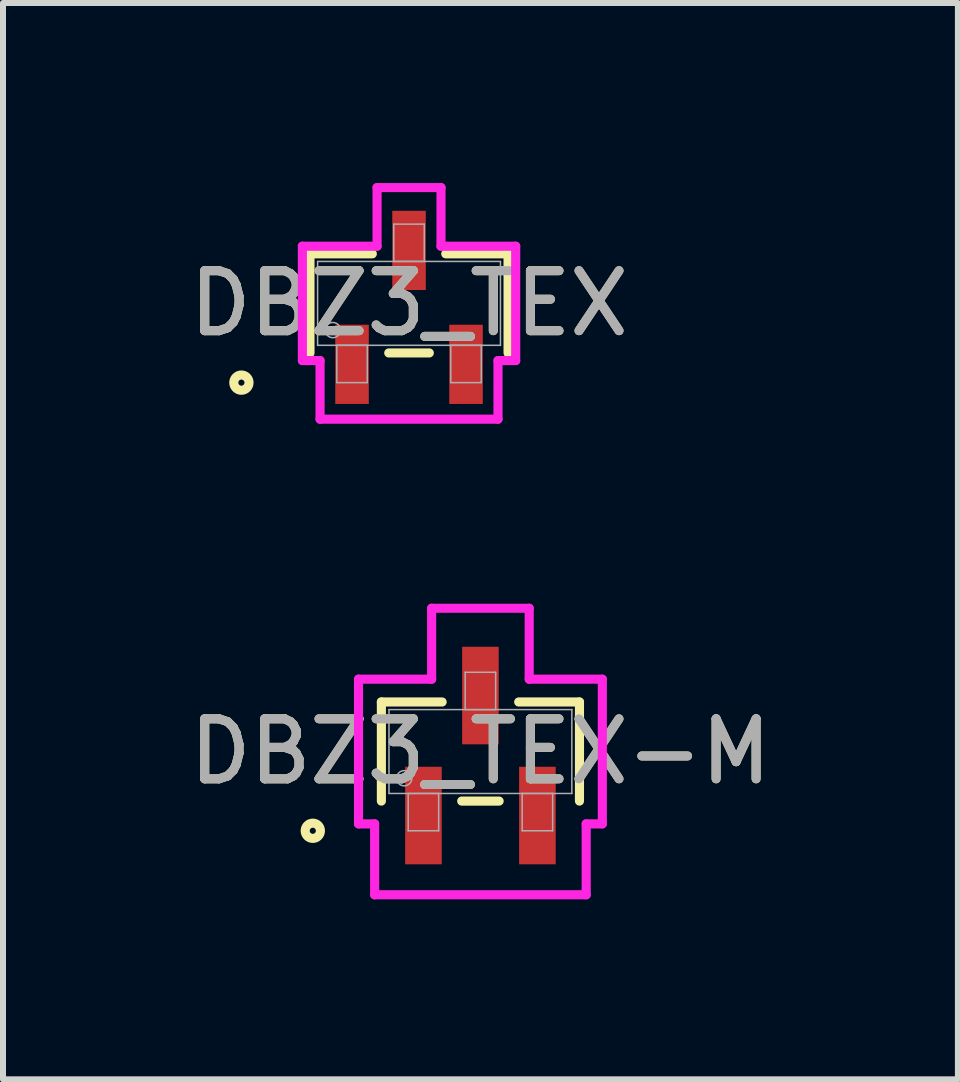
<source format=kicad_pcb>
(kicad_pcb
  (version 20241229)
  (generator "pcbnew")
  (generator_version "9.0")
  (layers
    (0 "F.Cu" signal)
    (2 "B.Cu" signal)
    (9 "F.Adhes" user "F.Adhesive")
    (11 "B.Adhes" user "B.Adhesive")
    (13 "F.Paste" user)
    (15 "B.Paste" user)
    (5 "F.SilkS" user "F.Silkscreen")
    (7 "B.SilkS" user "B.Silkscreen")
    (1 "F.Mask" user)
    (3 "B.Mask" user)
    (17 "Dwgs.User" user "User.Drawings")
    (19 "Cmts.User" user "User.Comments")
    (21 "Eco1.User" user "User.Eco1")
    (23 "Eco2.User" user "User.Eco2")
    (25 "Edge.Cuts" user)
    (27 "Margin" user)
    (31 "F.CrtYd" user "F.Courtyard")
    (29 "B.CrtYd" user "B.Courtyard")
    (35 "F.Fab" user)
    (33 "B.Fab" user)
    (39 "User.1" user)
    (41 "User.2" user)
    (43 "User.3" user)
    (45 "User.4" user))
  (footprint "DBZ3_TEX-M"
    (layer "F.Cu")
    (at 4.958 9.477)
    (property "Reference" "DBZ3_TEX-M" (at 0 0 0) (unlocked yes) (layer "F.SilkS") (effects (font (size 1 1) (thickness 0.15))))
    (attr smd)
    (fp_line (start -1.651 -0.826) (end -1.651 0.826) (stroke (width 0.152) (type solid)) (layer "F.SilkS"))
    (fp_line (start -0.638 -0.826) (end -1.651 -0.826) (stroke (width 0.152) (type solid)) (layer "F.SilkS"))
    (fp_line (start -0.312 0.826) (end 0.312 0.826) (stroke (width 0.152) (type solid)) (layer "F.SilkS"))
    (fp_line (start 1.651 -0.826) (end 0.638 -0.826) (stroke (width 0.152) (type solid)) (layer "F.SilkS"))
    (fp_line (start 1.651 0.826) (end 1.651 -0.826) (stroke (width 0.152) (type solid)) (layer "F.SilkS"))
    (fp_circle (center -2.794 1.321) (end -2.667 1.321) (stroke (width 0.152) (type solid)) (fill no) (layer "F.SilkS"))
    (fp_line (start -2.032 -1.206) (end -0.813 -1.206) (stroke (width 0.152) (type solid)) (layer "F.CrtYd"))
    (fp_line (start -2.032 1.206) (end -2.032 -1.206) (stroke (width 0.152) (type solid)) (layer "F.CrtYd"))
    (fp_line (start -2.032 1.206) (end -1.763 1.206) (stroke (width 0.152) (type solid)) (layer "F.CrtYd"))
    (fp_line (start -1.763 1.206) (end -1.763 2.388) (stroke (width 0.152) (type solid)) (layer "F.CrtYd"))
    (fp_line (start -1.763 2.388) (end 1.763 2.388) (stroke (width 0.152) (type solid)) (layer "F.CrtYd"))
    (fp_line (start -0.813 -2.388) (end 0.813 -2.388) (stroke (width 0.152) (type solid)) (layer "F.CrtYd"))
    (fp_line (start -0.813 -1.206) (end -0.813 -2.388) (stroke (width 0.152) (type solid)) (layer "F.CrtYd"))
    (fp_line (start 0.813 -1.206) (end 0.813 -2.388) (stroke (width 0.152) (type solid)) (layer "F.CrtYd"))
    (fp_line (start 1.763 1.206) (end 1.763 2.388) (stroke (width 0.152) (type solid)) (layer "F.CrtYd"))
    (fp_line (start 2.032 -1.206) (end 0.813 -1.206) (stroke (width 0.152) (type solid)) (layer "F.CrtYd"))
    (fp_line (start 2.032 -1.206) (end 2.032 1.206) (stroke (width 0.152) (type solid)) (layer "F.CrtYd"))
    (fp_line (start 2.032 1.206) (end 1.763 1.206) (stroke (width 0.152) (type solid)) (layer "F.CrtYd"))
    (fp_line (start -1.524 -0.699) (end -1.524 0.699) (stroke (width 0.025) (type solid)) (layer "F.Fab"))
    (fp_line (start -1.524 0.699) (end 1.524 0.699) (stroke (width 0.025) (type solid)) (layer "F.Fab"))
    (fp_line (start -1.204 0.699) (end -1.204 1.321) (stroke (width 0.025) (type solid)) (layer "F.Fab"))
    (fp_line (start -1.204 1.321) (end -0.696 1.321) (stroke (width 0.025) (type solid)) (layer "F.Fab"))
    (fp_line (start -0.696 0.699) (end -1.204 0.699) (stroke (width 0.025) (type solid)) (layer "F.Fab"))
    (fp_line (start -0.696 1.321) (end -0.696 0.699) (stroke (width 0.025) (type solid)) (layer "F.Fab"))
    (fp_line (start -0.254 -1.321) (end -0.254 -0.699) (stroke (width 0.025) (type solid)) (layer "F.Fab"))
    (fp_line (start -0.254 -0.699) (end 0.254 -0.699) (stroke (width 0.025) (type solid)) (layer "F.Fab"))
    (fp_line (start 0.254 -1.321) (end -0.254 -1.321) (stroke (width 0.025) (type solid)) (layer "F.Fab"))
    (fp_line (start 0.254 -0.699) (end 0.254 -1.321) (stroke (width 0.025) (type solid)) (layer "F.Fab"))
    (fp_line (start 0.696 0.699) (end 0.696 1.321) (stroke (width 0.025) (type solid)) (layer "F.Fab"))
    (fp_line (start 0.696 1.321) (end 1.204 1.321) (stroke (width 0.025) (type solid)) (layer "F.Fab"))
    (fp_line (start 1.204 0.699) (end 0.696 0.699) (stroke (width 0.025) (type solid)) (layer "F.Fab"))
    (fp_line (start 1.204 1.321) (end 1.204 0.699) (stroke (width 0.025) (type solid)) (layer "F.Fab"))
    (fp_line (start 1.524 -0.699) (end -1.524 -0.699) (stroke (width 0.025) (type solid)) (layer "F.Fab"))
    (fp_line (start 1.524 0.699) (end 1.524 -0.699) (stroke (width 0.025) (type solid)) (layer "F.Fab"))
    (fp_circle (center -1.27 0.445) (end -1.143 0.445) (stroke (width 0.025) (type solid)) (fill no) (layer "F.Fab"))
    (fp_text user "${REFERENCE}" (at 0 0 0) (unlocked yes) (layer "F.Fab") (effects (font (size 1 1) (thickness 0.15))))
    (pad "1" smd rect (at -0.95 1.067) (size 0.61 1.626) (layers "F.Cu" "F.Mask" "F.Paste"))
    (pad "2" smd rect (at 0.95 1.067) (size 0.61 1.626) (layers "F.Cu" "F.Mask" "F.Paste"))
    (pad "3" smd rect (at 0 -0.933) (size 0.61 1.626) (layers "F.Cu" "F.Mask" "F.Paste")))
  (footprint "DBZ3_TEX"
    (layer "F.Cu")
    (at 3.768 2.007)
    (property "Reference" "DBZ3_TEX" (at 0 0 0) (unlocked yes) (layer "F.SilkS") (effects (font (size 1 1) (thickness 0.15))))
    (attr smd)
    (fp_line (start -1.651 -0.826) (end -1.651 0.826) (stroke (width 0.152) (type solid)) (layer "F.SilkS"))
    (fp_line (start -0.612 -0.826) (end -1.651 -0.826) (stroke (width 0.152) (type solid)) (layer "F.SilkS"))
    (fp_line (start -0.338 0.826) (end 0.338 0.826) (stroke (width 0.152) (type solid)) (layer "F.SilkS"))
    (fp_line (start 1.651 -0.826) (end 0.612 -0.826) (stroke (width 0.152) (type solid)) (layer "F.SilkS"))
    (fp_line (start 1.651 0.826) (end 1.651 -0.826) (stroke (width 0.152) (type solid)) (layer "F.SilkS"))
    (fp_circle (center -2.794 1.321) (end -2.667 1.321) (stroke (width 0.152) (type solid)) (fill no) (layer "F.SilkS"))
    (fp_line (start -1.778 -0.953) (end -0.533 -0.953) (stroke (width 0.152) (type solid)) (layer "F.CrtYd"))
    (fp_line (start -1.778 0.953) (end -1.778 -0.953) (stroke (width 0.152) (type solid)) (layer "F.CrtYd"))
    (fp_line (start -1.778 0.953) (end -1.483 0.953) (stroke (width 0.152) (type solid)) (layer "F.CrtYd"))
    (fp_line (start -1.483 0.953) (end -1.483 1.93) (stroke (width 0.152) (type solid)) (layer "F.CrtYd"))
    (fp_line (start -1.483 1.93) (end 1.483 1.93) (stroke (width 0.152) (type solid)) (layer "F.CrtYd"))
    (fp_line (start -0.533 -1.93) (end 0.533 -1.93) (stroke (width 0.152) (type solid)) (layer "F.CrtYd"))
    (fp_line (start -0.533 -0.953) (end -0.533 -1.93) (stroke (width 0.152) (type solid)) (layer "F.CrtYd"))
    (fp_line (start 0.533 -0.953) (end 0.533 -1.93) (stroke (width 0.152) (type solid)) (layer "F.CrtYd"))
    (fp_line (start 1.483 0.953) (end 1.483 1.93) (stroke (width 0.152) (type solid)) (layer "F.CrtYd"))
    (fp_line (start 1.778 -0.953) (end 0.533 -0.953) (stroke (width 0.152) (type solid)) (layer "F.CrtYd"))
    (fp_line (start 1.778 -0.953) (end 1.778 0.953) (stroke (width 0.152) (type solid)) (layer "F.CrtYd"))
    (fp_line (start 1.778 0.953) (end 1.483 0.953) (stroke (width 0.152) (type solid)) (layer "F.CrtYd"))
    (fp_line (start -1.524 -0.699) (end -1.524 0.699) (stroke (width 0.025) (type solid)) (layer "F.Fab"))
    (fp_line (start -1.524 0.699) (end 1.524 0.699) (stroke (width 0.025) (type solid)) (layer "F.Fab"))
    (fp_line (start -1.204 0.699) (end -1.204 1.321) (stroke (width 0.025) (type solid)) (layer "F.Fab"))
    (fp_line (start -1.204 1.321) (end -0.696 1.321) (stroke (width 0.025) (type solid)) (layer "F.Fab"))
    (fp_line (start -0.696 0.699) (end -1.204 0.699) (stroke (width 0.025) (type solid)) (layer "F.Fab"))
    (fp_line (start -0.696 1.321) (end -0.696 0.699) (stroke (width 0.025) (type solid)) (layer "F.Fab"))
    (fp_line (start -0.254 -1.321) (end -0.254 -0.699) (stroke (width 0.025) (type solid)) (layer "F.Fab"))
    (fp_line (start -0.254 -0.699) (end 0.254 -0.699) (stroke (width 0.025) (type solid)) (layer "F.Fab"))
    (fp_line (start 0.254 -1.321) (end -0.254 -1.321) (stroke (width 0.025) (type solid)) (layer "F.Fab"))
    (fp_line (start 0.254 -0.699) (end 0.254 -1.321) (stroke (width 0.025) (type solid)) (layer "F.Fab"))
    (fp_line (start 0.696 0.699) (end 0.696 1.321) (stroke (width 0.025) (type solid)) (layer "F.Fab"))
    (fp_line (start 0.696 1.321) (end 1.204 1.321) (stroke (width 0.025) (type solid)) (layer "F.Fab"))
    (fp_line (start 1.204 0.699) (end 0.696 0.699) (stroke (width 0.025) (type solid)) (layer "F.Fab"))
    (fp_line (start 1.204 1.321) (end 1.204 0.699) (stroke (width 0.025) (type solid)) (layer "F.Fab"))
    (fp_line (start 1.524 -0.699) (end -1.524 -0.699) (stroke (width 0.025) (type solid)) (layer "F.Fab"))
    (fp_line (start 1.524 0.699) (end 1.524 -0.699) (stroke (width 0.025) (type solid)) (layer "F.Fab"))
    (fp_circle (center -1.27 0.445) (end -1.143 0.445) (stroke (width 0.025) (type solid)) (fill no) (layer "F.Fab"))
    (fp_text user "${REFERENCE}" (at 0 0 0) (unlocked yes) (layer "F.Fab") (effects (font (size 1 1) (thickness 0.15))))
    (pad "1" smd rect (at -0.95 1.016) (size 0.559 1.321) (layers "F.Cu" "F.Mask" "F.Paste"))
    (pad "2" smd rect (at 0.95 1.016) (size 0.559 1.321) (layers "F.Cu" "F.Mask" "F.Paste"))
    (pad "3" smd rect (at 0 -0.883) (size 0.559 1.321) (layers "F.Cu" "F.Mask" "F.Paste")))
  (gr_rect
    (start -3 -3)
    (end 12.917 14.941)
    (stroke (width 0.1) (type default))
    (fill no)
    (layer "Edge.Cuts")))
</source>
